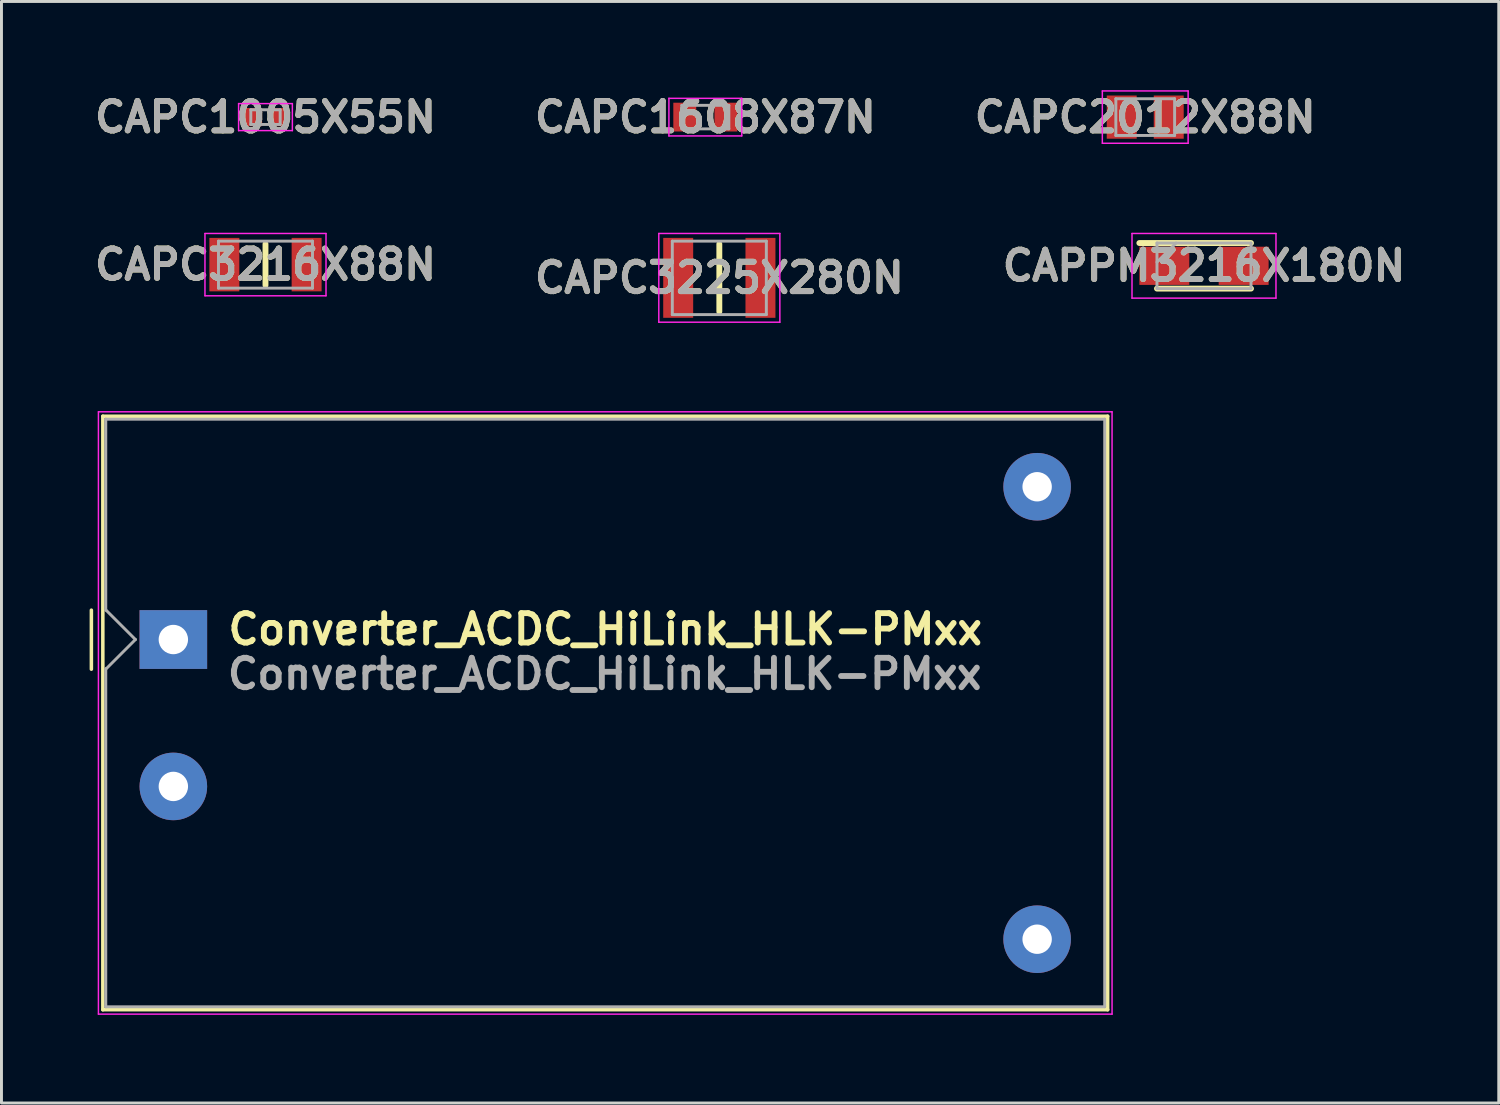
<source format=kicad_pcb>
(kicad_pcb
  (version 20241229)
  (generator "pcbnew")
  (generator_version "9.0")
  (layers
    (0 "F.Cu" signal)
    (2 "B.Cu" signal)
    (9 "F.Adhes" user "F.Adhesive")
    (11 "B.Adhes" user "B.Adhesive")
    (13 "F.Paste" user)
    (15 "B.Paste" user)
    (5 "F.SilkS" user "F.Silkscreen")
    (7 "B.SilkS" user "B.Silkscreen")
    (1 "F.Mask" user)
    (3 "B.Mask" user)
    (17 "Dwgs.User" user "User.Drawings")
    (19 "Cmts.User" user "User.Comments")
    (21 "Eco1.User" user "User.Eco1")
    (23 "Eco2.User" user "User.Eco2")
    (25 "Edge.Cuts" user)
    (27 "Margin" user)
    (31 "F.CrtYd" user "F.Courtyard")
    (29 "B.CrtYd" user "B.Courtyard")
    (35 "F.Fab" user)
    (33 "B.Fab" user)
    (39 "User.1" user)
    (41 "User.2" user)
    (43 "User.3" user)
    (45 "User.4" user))
  (footprint "CAPC1608X87N"
    (layer "F.Cu")
    (at 20.957 0.936)
    (property "Reference" "CAPC1608X87N" (at 0 0 0) (layer "F.SilkS") (effects (font (size 1 1) (thickness 0.2))))
    (attr smd)
    (fp_line (start -1.24 -0.64) (end 1.24 -0.64) (stroke (width 0.05) (type solid)) (layer "F.CrtYd"))
    (fp_line (start -1.24 0.64) (end -1.24 -0.64) (stroke (width 0.05) (type solid)) (layer "F.CrtYd"))
    (fp_line (start 1.24 -0.64) (end 1.24 0.64) (stroke (width 0.05) (type solid)) (layer "F.CrtYd"))
    (fp_line (start 1.24 0.64) (end -1.24 0.64) (stroke (width 0.05) (type solid)) (layer "F.CrtYd"))
    (fp_line (start -0.8 -0.4) (end 0.8 -0.4) (stroke (width 0.1) (type solid)) (layer "F.Fab"))
    (fp_line (start -0.8 0.4) (end -0.8 -0.4) (stroke (width 0.1) (type solid)) (layer "F.Fab"))
    (fp_line (start 0.8 -0.4) (end 0.8 0.4) (stroke (width 0.1) (type solid)) (layer "F.Fab"))
    (fp_line (start 0.8 0.4) (end -0.8 0.4) (stroke (width 0.1) (type solid)) (layer "F.Fab"))
    (fp_text user "${REFERENCE}" (at 0 0 0) (layer "F.Fab") (effects (font (size 1 1) (thickness 0.2))))
    (pad "1" smd rect (at -0.7 0) (size 0.78 0.98) (layers "F.Cu" "F.Mask" "F.Paste"))
    (pad "2" smd rect (at 0.7 0) (size 0.78 0.98) (layers "F.Cu" "F.Mask" "F.Paste")))
  (footprint "CAPPM3216X180N"
    (layer "F.Cu")
    (at 37.929 5.997)
    (property "Reference" "CAPPM3216X180N" (at 0 0 0) (layer "F.SilkS") (effects (font (size 1 1) (thickness 0.2))))
    (attr smd)
    (fp_line (start -1.6 0.775) (end 1.6 0.775) (stroke (width 0.2) (type solid)) (layer "F.SilkS"))
    (fp_line (start 1.6 -0.775) (end -2.2 -0.775) (stroke (width 0.2) (type solid)) (layer "F.SilkS"))
    (fp_line (start -2.45 -1.1) (end 2.45 -1.1) (stroke (width 0.05) (type solid)) (layer "F.CrtYd"))
    (fp_line (start -2.45 1.1) (end -2.45 -1.1) (stroke (width 0.05) (type solid)) (layer "F.CrtYd"))
    (fp_line (start 2.45 -1.1) (end 2.45 1.1) (stroke (width 0.05) (type solid)) (layer "F.CrtYd"))
    (fp_line (start 2.45 1.1) (end -2.45 1.1) (stroke (width 0.05) (type solid)) (layer "F.CrtYd"))
    (fp_line (start -1.6 -0.775) (end 1.6 -0.775) (stroke (width 0.1) (type solid)) (layer "F.Fab"))
    (fp_line (start -1.6 -0.125) (end -0.95 -0.775) (stroke (width 0.1) (type solid)) (layer "F.Fab"))
    (fp_line (start -1.6 0.775) (end -1.6 -0.775) (stroke (width 0.1) (type solid)) (layer "F.Fab"))
    (fp_line (start 1.6 -0.775) (end 1.6 0.775) (stroke (width 0.1) (type solid)) (layer "F.Fab"))
    (fp_line (start 1.6 0.775) (end -1.6 0.775) (stroke (width 0.1) (type solid)) (layer "F.Fab"))
    (fp_text user "${REFERENCE}" (at 0 0 0) (layer "F.Fab") (effects (font (size 1 1) (thickness 0.2))))
    (pad "1" smd rect (at -1.35 0 90) (size 1.3 1.7) (layers "F.Cu" "F.Mask" "F.Paste"))
    (pad "2" smd rect (at 1.35 0 90) (size 1.3 1.7) (layers "F.Cu" "F.Mask" "F.Paste")))
  (footprint "CAPC3216X88N"
    (layer "F.Cu")
    (at 5.986 5.957)
    (property "Reference" "CAPC3216X88N" (at 0 0 0) (layer "F.SilkS") (effects (font (size 1 1) (thickness 0.2))))
    (attr smd)
    (fp_line (start 0 -0.7) (end 0 0.7) (stroke (width 0.2) (type solid)) (layer "F.SilkS"))
    (fp_line (start -2.06 -1.06) (end 2.06 -1.06) (stroke (width 0.05) (type solid)) (layer "F.CrtYd"))
    (fp_line (start -2.06 1.06) (end -2.06 -1.06) (stroke (width 0.05) (type solid)) (layer "F.CrtYd"))
    (fp_line (start 2.06 -1.06) (end 2.06 1.06) (stroke (width 0.05) (type solid)) (layer "F.CrtYd"))
    (fp_line (start 2.06 1.06) (end -2.06 1.06) (stroke (width 0.05) (type solid)) (layer "F.CrtYd"))
    (fp_line (start -1.6 -0.8) (end 1.6 -0.8) (stroke (width 0.1) (type solid)) (layer "F.Fab"))
    (fp_line (start -1.6 0.8) (end -1.6 -0.8) (stroke (width 0.1) (type solid)) (layer "F.Fab"))
    (fp_line (start 1.6 -0.8) (end 1.6 0.8) (stroke (width 0.1) (type solid)) (layer "F.Fab"))
    (fp_line (start 1.6 0.8) (end -1.6 0.8) (stroke (width 0.1) (type solid)) (layer "F.Fab"))
    (fp_text user "${REFERENCE}" (at 0 0 0) (layer "F.Fab") (effects (font (size 1 1) (thickness 0.2))))
    (pad "1" smd rect (at -1.4 0) (size 1.02 1.82) (layers "F.Cu" "F.Mask" "F.Paste"))
    (pad "2" smd rect (at 1.4 0) (size 1.02 1.82) (layers "F.Cu" "F.Mask" "F.Paste")))
  (footprint "Converter_ACDC_HiLink_HLK-PMxx"
    (layer "F.Cu")
    (at 2.85 18.717)
    (property "Reference" "Converter_ACDC_HiLink_HLK-PMxx" (at 14.7 -0.35 180) (layer "F.SilkS") (effects (font (size 1 1) (thickness 0.2))))
    (attr through_hole)
    (fp_line (start -2.79 -1) (end -2.79 1.01) (stroke (width 0.12) (type solid)) (layer "F.SilkS"))
    (fp_line (start -2.4 -7.6) (end -2.4 12.6) (stroke (width 0.12) (type solid)) (layer "F.SilkS"))
    (fp_line (start -2.4 12.6) (end 31.8 12.6) (stroke (width 0.12) (type solid)) (layer "F.SilkS"))
    (fp_line (start 31.8 -7.6) (end -2.4 -7.6) (stroke (width 0.12) (type solid)) (layer "F.SilkS"))
    (fp_line (start 31.8 12.6) (end 31.8 -7.6) (stroke (width 0.12) (type solid)) (layer "F.SilkS"))
    (fp_line (start -2.55 -7.75) (end -2.55 12.75) (stroke (width 0.05) (type solid)) (layer "F.CrtYd"))
    (fp_line (start -2.55 12.75) (end 31.95 12.75) (stroke (width 0.05) (type solid)) (layer "F.CrtYd"))
    (fp_line (start 31.95 -7.75) (end -2.55 -7.75) (stroke (width 0.05) (type solid)) (layer "F.CrtYd"))
    (fp_line (start 31.95 12.75) (end 31.95 -7.75) (stroke (width 0.05) (type solid)) (layer "F.CrtYd"))
    (fp_line (start -2.3 -7.5) (end 31.7 -7.5) (stroke (width 0.1) (type solid)) (layer "F.Fab"))
    (fp_line (start -2.3 -1) (end -2.3 -7.5) (stroke (width 0.1) (type solid)) (layer "F.Fab"))
    (fp_line (start -2.3 12.5) (end -2.3 0.99) (stroke (width 0.1) (type solid)) (layer "F.Fab"))
    (fp_line (start -2.3 12.5) (end 31.7 12.5) (stroke (width 0.1) (type solid)) (layer "F.Fab"))
    (fp_line (start -2.29 -1) (end -1.29 0) (stroke (width 0.1) (type solid)) (layer "F.Fab"))
    (fp_line (start -1.29 0) (end -2.29 1) (stroke (width 0.1) (type solid)) (layer "F.Fab"))
    (fp_line (start 31.7 12.5) (end 31.7 -7.5) (stroke (width 0.1) (type solid)) (layer "F.Fab"))
    (fp_text user "${REFERENCE}" (at 14.68 1.17 0) (layer "F.Fab") (effects (font (size 1 1) (thickness 0.2))))
    (pad "1" thru_hole rect (at 0 0) (size 2.3 2) (drill 1) (layers "*.Cu" "*.Mask"))
    (pad "2" thru_hole circle (at 0 5) (size 2.3 2.3) (drill 1) (layers "*.Cu" "*.Mask"))
    (pad "3" thru_hole circle (at 29.4 -5.2) (size 2.3 2.3) (drill 1) (layers "*.Cu" "*.Mask"))
    (pad "4" thru_hole circle (at 29.4 10.2) (size 2.3 2.3) (drill 1) (layers "*.Cu" "*.Mask")))
  (footprint "CAPC1005X55N"
    (layer "F.Cu")
    (at 5.986 0.936)
    (property "Reference" "CAPC1005X55N" (at 0 0 0) (layer "F.SilkS") (effects (font (size 1 1) (thickness 0.2))))
    (attr smd)
    (fp_line (start -0.915 -0.46) (end 0.915 -0.46) (stroke (width 0.05) (type solid)) (layer "F.CrtYd"))
    (fp_line (start -0.915 0.46) (end -0.915 -0.46) (stroke (width 0.05) (type solid)) (layer "F.CrtYd"))
    (fp_line (start 0.915 -0.46) (end 0.915 0.46) (stroke (width 0.05) (type solid)) (layer "F.CrtYd"))
    (fp_line (start 0.915 0.46) (end -0.915 0.46) (stroke (width 0.05) (type solid)) (layer "F.CrtYd"))
    (fp_line (start -0.5 -0.25) (end 0.5 -0.25) (stroke (width 0.1) (type solid)) (layer "F.Fab"))
    (fp_line (start -0.5 0.25) (end -0.5 -0.25) (stroke (width 0.1) (type solid)) (layer "F.Fab"))
    (fp_line (start 0.5 -0.25) (end 0.5 0.25) (stroke (width 0.1) (type solid)) (layer "F.Fab"))
    (fp_line (start 0.5 0.25) (end -0.5 0.25) (stroke (width 0.1) (type solid)) (layer "F.Fab"))
    (fp_text user "${REFERENCE}" (at 0 0 0) (layer "F.Fab") (effects (font (size 1 1) (thickness 0.2))))
    (pad "1" smd rect (at -0.44 0 90) (size 0.62 0.65) (layers "F.Cu" "F.Mask" "F.Paste"))
    (pad "2" smd rect (at 0.44 0 90) (size 0.62 0.65) (layers "F.Cu" "F.Mask" "F.Paste")))
  (footprint "CAPC3225X280N"
    (layer "F.Cu")
    (at 21.433 6.407)
    (property "Reference" "CAPC3225X280N" (at 0 0 0) (layer "F.SilkS") (effects (font (size 1 1) (thickness 0.2))))
    (attr smd)
    (fp_line (start 0 -1.15) (end 0 1.15) (stroke (width 0.2) (type solid)) (layer "F.SilkS"))
    (fp_line (start -2.06 -1.51) (end 2.06 -1.51) (stroke (width 0.05) (type solid)) (layer "F.CrtYd"))
    (fp_line (start -2.06 1.51) (end -2.06 -1.51) (stroke (width 0.05) (type solid)) (layer "F.CrtYd"))
    (fp_line (start 2.06 -1.51) (end 2.06 1.51) (stroke (width 0.05) (type solid)) (layer "F.CrtYd"))
    (fp_line (start 2.06 1.51) (end -2.06 1.51) (stroke (width 0.05) (type solid)) (layer "F.CrtYd"))
    (fp_line (start -1.6 -1.25) (end 1.6 -1.25) (stroke (width 0.1) (type solid)) (layer "F.Fab"))
    (fp_line (start -1.6 1.25) (end -1.6 -1.25) (stroke (width 0.1) (type solid)) (layer "F.Fab"))
    (fp_line (start 1.6 -1.25) (end 1.6 1.25) (stroke (width 0.1) (type solid)) (layer "F.Fab"))
    (fp_line (start 1.6 1.25) (end -1.6 1.25) (stroke (width 0.1) (type solid)) (layer "F.Fab"))
    (fp_text user "${REFERENCE}" (at 0 0 0) (layer "F.Fab") (effects (font (size 1 1) (thickness 0.2))))
    (pad "1" smd rect (at -1.4 0) (size 1.02 2.72) (layers "F.Cu" "F.Mask" "F.Paste"))
    (pad "2" smd rect (at 1.4 0) (size 1.02 2.72) (layers "F.Cu" "F.Mask" "F.Paste")))
  (footprint "CAPC2012X88N"
    (layer "F.Cu")
    (at 35.929 0.936)
    (property "Reference" "CAPC2012X88N" (at 0 0 0) (layer "F.SilkS") (effects (font (size 1 1) (thickness 0.2))))
    (attr smd)
    (fp_line (start -1.46 -0.89) (end 1.46 -0.89) (stroke (width 0.05) (type solid)) (layer "F.CrtYd"))
    (fp_line (start -1.46 0.89) (end -1.46 -0.89) (stroke (width 0.05) (type solid)) (layer "F.CrtYd"))
    (fp_line (start 1.46 -0.89) (end 1.46 0.89) (stroke (width 0.05) (type solid)) (layer "F.CrtYd"))
    (fp_line (start 1.46 0.89) (end -1.46 0.89) (stroke (width 0.05) (type solid)) (layer "F.CrtYd"))
    (fp_line (start -1 -0.625) (end 1 -0.625) (stroke (width 0.1) (type solid)) (layer "F.Fab"))
    (fp_line (start -1 0.625) (end -1 -0.625) (stroke (width 0.1) (type solid)) (layer "F.Fab"))
    (fp_line (start 1 -0.625) (end 1 0.625) (stroke (width 0.1) (type solid)) (layer "F.Fab"))
    (fp_line (start 1 0.625) (end -1 0.625) (stroke (width 0.1) (type solid)) (layer "F.Fab"))
    (fp_text user "${REFERENCE}" (at 0 0 0) (layer "F.Fab") (effects (font (size 1 1) (thickness 0.2))))
    (pad "1" smd rect (at -0.8 0) (size 1.02 1.47) (layers "F.Cu" "F.Mask" "F.Paste"))
    (pad "2" smd rect (at 0.8 0) (size 1.02 1.47) (layers "F.Cu" "F.Mask" "F.Paste")))
  (gr_rect
    (start -3 -3)
    (end 47.962 34.492)
    (stroke (width 0.1) (type default))
    (fill no)
    (layer "Edge.Cuts")))
</source>
